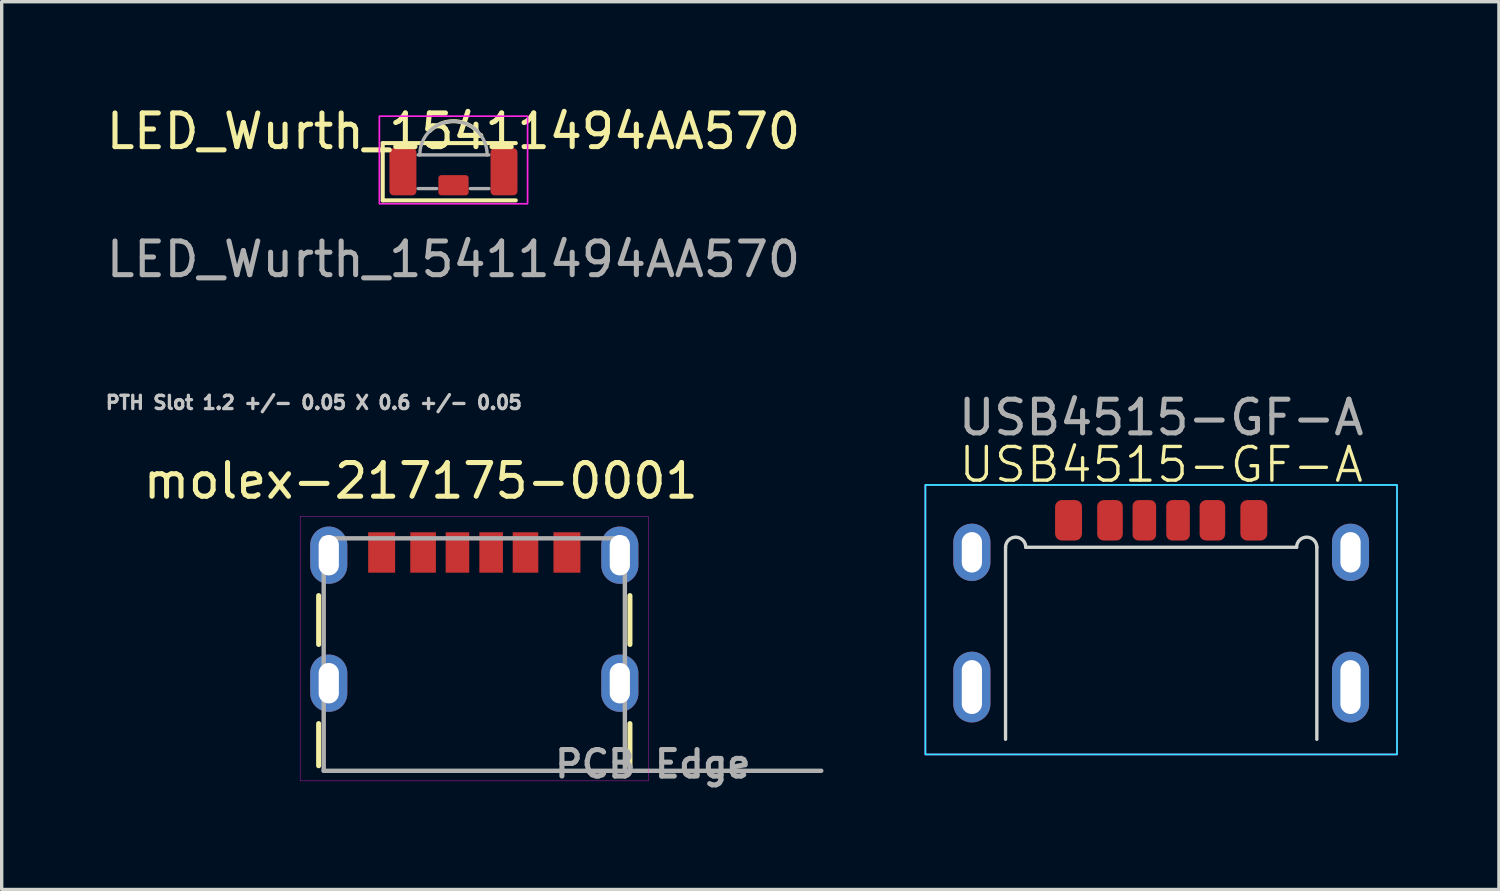
<source format=kicad_pcb>
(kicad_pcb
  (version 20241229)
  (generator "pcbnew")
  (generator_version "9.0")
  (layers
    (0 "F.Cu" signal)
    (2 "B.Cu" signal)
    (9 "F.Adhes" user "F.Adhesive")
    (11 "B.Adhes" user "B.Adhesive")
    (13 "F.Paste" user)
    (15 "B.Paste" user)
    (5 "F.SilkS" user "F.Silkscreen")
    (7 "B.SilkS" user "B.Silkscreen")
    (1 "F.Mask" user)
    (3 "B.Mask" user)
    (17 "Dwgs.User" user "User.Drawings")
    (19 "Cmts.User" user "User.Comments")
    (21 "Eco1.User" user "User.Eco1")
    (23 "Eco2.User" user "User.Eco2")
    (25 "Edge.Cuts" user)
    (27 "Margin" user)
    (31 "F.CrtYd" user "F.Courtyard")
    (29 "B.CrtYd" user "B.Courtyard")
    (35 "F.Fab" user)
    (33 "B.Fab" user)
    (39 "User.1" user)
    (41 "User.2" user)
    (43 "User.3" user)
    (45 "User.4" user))
  (footprint "molex-217175-0001"
    (layer "F.Cu")
    (at 11.029 19.83)
    (property "Reference" "molex-217175-0001" (at -1.587 -8.605 0) (layer "F.SilkS") (effects (font (size 1 1) (thickness 0.15))))
    (attr smd)
    (fp_poly (pts (xy -3.213 -7.144) (xy -2.287 -7.144) (xy -2.287 -5.816) (xy -3.213 -5.816)) (stroke (width 0.01) (type solid)) (fill yes) (layer "F.Mask"))
    (fp_poly (pts (xy -1.964 -7.144) (xy -1.077 -7.144) (xy -1.077 -5.816) (xy -1.964 -5.816)) (stroke (width 0.01) (type solid)) (fill yes) (layer "F.Mask"))
    (fp_poly (pts (xy -0.913 -7.144) (xy -0.086 -7.144) (xy -0.086 -5.816) (xy -0.913 -5.816)) (stroke (width 0.01) (type solid)) (fill yes) (layer "F.Mask"))
    (fp_poly (pts (xy 0.086 -7.144) (xy 0.913 -7.144) (xy 0.913 -5.816) (xy 0.086 -5.816)) (stroke (width 0.01) (type solid)) (fill yes) (layer "F.Mask"))
    (fp_poly (pts (xy 1.077 -7.144) (xy 1.964 -7.144) (xy 1.964 -5.816) (xy 1.077 -5.816)) (stroke (width 0.01) (type solid)) (fill yes) (layer "F.Mask"))
    (fp_poly (pts (xy 2.287 -7.144) (xy 3.213 -7.144) (xy 3.213 -5.816) (xy 2.287 -5.816)) (stroke (width 0.01) (type solid)) (fill yes) (layer "F.Mask"))
    (fp_line (start -4.62 -3.75) (end -4.62 -5.2) (stroke (width 0.15) (type solid)) (layer "F.SilkS"))
    (fp_line (start -4.62 -0.15) (end -4.62 -1.4) (stroke (width 0.15) (type solid)) (layer "F.SilkS"))
    (fp_line (start 4.62 -3.75) (end 4.62 -5.2) (stroke (width 0.15) (type solid)) (layer "F.SilkS"))
    (fp_line (start 4.62 -0.15) (end 4.62 -1.4) (stroke (width 0.15) (type solid)) (layer "F.SilkS"))
    (fp_line (start -5.17 -7.55) (end -5.17 0.3) (stroke (width 0.01) (type solid)) (layer "F.CrtYd"))
    (fp_line (start -5.17 0.3) (end 5.17 0.3) (stroke (width 0.01) (type solid)) (layer "F.CrtYd"))
    (fp_line (start 5.17 -7.55) (end -5.17 -7.55) (stroke (width 0.01) (type solid)) (layer "F.CrtYd"))
    (fp_line (start 5.17 0.3) (end 5.17 -7.55) (stroke (width 0.01) (type solid)) (layer "F.CrtYd"))
    (fp_line (start -4.47 -6.9) (end 4.47 -6.9) (stroke (width 0.13) (type solid)) (layer "F.Fab"))
    (fp_line (start -4.47 0) (end -4.47 -6.9) (stroke (width 0.13) (type solid)) (layer "F.Fab"))
    (fp_line (start 4.47 -6.9) (end 4.47 0) (stroke (width 0.13) (type solid)) (layer "F.Fab"))
    (fp_line (start 4.47 0) (end -4.47 0) (stroke (width 0.13) (type solid)) (layer "F.Fab"))
    (fp_line (start 4.47 0) (end 10.3 0) (stroke (width 0.13) (type solid)) (layer "F.Fab"))
    (fp_text user "PTH Slot 1.2 +/- 0.05 X 0.6 +/- 0.05" (at -4.763 -10.93 0) (layer "Dwgs.User") (effects (font (size 0.394 0.394) (thickness 0.15))))
    (fp_text user "PCB Edge" (at 5.3 -0.2 0) (layer "F.Fab") (effects (font (size 0.787 0.787) (thickness 0.15))))
    (pad "A5" smd rect (at -0.5 -6.48) (size 0.7 1.2) (layers "F.Cu" "F.Paste"))
    (pad "A9" smd rect (at 1.52 -6.48) (size 0.76 1.2) (layers "F.Cu" "F.Paste"))
    (pad "A12" smd rect (at 2.75 -6.48) (size 0.8 1.2) (layers "F.Cu" "F.Paste"))
    (pad "B5" smd rect (at 0.5 -6.48) (size 0.7 1.2) (layers "F.Cu" "F.Paste"))
    (pad "B9" smd rect (at -1.52 -6.48) (size 0.76 1.2) (layers "F.Cu" "F.Paste"))
    (pad "B12" smd rect (at -2.75 -6.48) (size 0.8 1.2) (layers "F.Cu" "F.Paste"))
    (pad "SH1" thru_hole oval (at -4.32 -2.6) (size 1.1 1.7) (drill oval 0.6 1.2) (layers "*.Cu" "*.Mask"))
    (pad "SH2" thru_hole oval (at 4.32 -2.6) (size 1.1 1.7) (drill oval 0.6 1.2) (layers "*.Cu" "*.Mask"))
    (pad "SH3" thru_hole oval (at -4.32 -6.4) (size 1.1 1.7) (drill oval 0.6 1.2) (layers "*.Cu" "*.Mask"))
    (pad "SH4" thru_hole oval (at 4.32 -6.4) (size 1.1 1.7) (drill oval 0.6 1.2) (layers "*.Cu" "*.Mask")))
  (footprint "USB4515-GF-A"
    (layer "F.Cu")
    (at 31.419 15.345)
    (property "Reference" "USB4515-GF-A" (at 0 -4.6 0) (unlocked yes) (layer "F.SilkS") (effects (font (size 1 1) (thickness 0.1))))
    (attr smd)
    (fp_line (start -4.62 3.55) (end -4.62 -2.15) (stroke (width 0.1) (type default)) (layer "Edge.Cuts"))
    (fp_line (start -4.02 -2.15) (end 4.02 -2.15) (stroke (width 0.1) (type default)) (layer "Edge.Cuts"))
    (fp_line (start 4.62 -2.15) (end 4.62 3.55) (stroke (width 0.1) (type default)) (layer "Edge.Cuts"))
    (fp_arc (start -4.62 -2.15) (mid -4.32 -2.45) (end -4.02 -2.15) (stroke (width 0.1) (type default)) (layer "Edge.Cuts"))
    (fp_arc (start 4.02 -2.15) (mid 4.32 -2.45) (end 4.62 -2.15) (stroke (width 0.1) (type default)) (layer "Edge.Cuts"))
    (fp_rect (start -7 -4) (end 7 4) (stroke (width 0.05) (type default)) (fill no) (layer "B.CrtYd"))
    (fp_rect (start -7 -4) (end 7 4) (stroke (width 0.05) (type default)) (fill no) (layer "F.CrtYd"))
    (fp_line (start 4 3.55) (end -4 3.55) (stroke (width 0.05) (type default)) (layer "User.1"))
    (fp_text user "${REFERENCE}" (at 0 -6 0) (unlocked yes) (layer "F.Fab") (effects (font (size 1 1) (thickness 0.15))))
    (fp_text user "Board Edge" (at 0 3 0) (unlocked yes) (layer "User.1") (effects (font (size 0.5 0.5) (thickness 0.125))))
    (pad "A5" smd roundrect (at -0.5 -2.95) (size 0.7 1.2) (layers "F.Cu" "F.Mask" "F.Paste") (roundrect_rratio 0.25))
    (pad "A9" smd roundrect (at 1.52 -2.95) (size 0.76 1.2) (layers "F.Cu" "F.Mask" "F.Paste") (roundrect_rratio 0.25))
    (pad "A12" smd roundrect (at 2.75 -2.95) (size 0.8 1.2) (layers "F.Cu" "F.Mask" "F.Paste") (roundrect_rratio 0.25))
    (pad "B5" smd roundrect (at 0.5 -2.95) (size 0.7 1.2) (layers "F.Cu" "F.Mask" "F.Paste") (roundrect_rratio 0.25))
    (pad "B9" smd roundrect (at -1.52 -2.95) (size 0.76 1.2) (layers "F.Cu" "F.Mask" "F.Paste") (roundrect_rratio 0.25))
    (pad "B12" smd roundrect (at -2.75 -2.95) (size 0.8 1.2) (layers "F.Cu" "F.Mask" "F.Paste") (roundrect_rratio 0.25))
    (pad "S1" thru_hole oval (at -5.62 -2) (size 1.1 1.7) (drill oval 0.6 1.2) (layers "*.Cu" "*.Mask"))
    (pad "S1" thru_hole oval (at -5.62 2) (size 1.1 2.1) (drill oval 0.6 1.6) (layers "*.Cu" "*.Mask"))
    (pad "S1" thru_hole oval (at 5.62 -2) (size 1.1 1.7) (drill oval 0.6 1.2) (layers "*.Cu" "*.Mask"))
    (pad "S1" thru_hole oval (at 5.62 2) (size 1.1 2.1) (drill oval 0.6 1.6) (layers "*.Cu" "*.Mask")))
  (footprint "LED_Wurth_15411494AA570"
    (layer "F.Cu")
    (at 10.411 2.148)
    (property "Reference" "LED_Wurth_15411494AA570" (at 0 -1.3 0) (unlocked yes) (layer "F.SilkS") (effects (font (size 1 1) (thickness 0.15))))
    (attr smd)
    (fp_line (start -2.1 -0.95) (end -2.1 0.75) (stroke (width 0.12) (type default)) (layer "F.SilkS"))
    (fp_line (start -2.1 0.75) (end 1.85 0.75) (stroke (width 0.12) (type default)) (layer "F.SilkS"))
    (fp_line (start 1.85 -0.95) (end -2.1 -0.95) (stroke (width 0.12) (type default)) (layer "F.SilkS"))
    (fp_arc (start -0.707107 -1.307107) (mid 0 -1.6) (end 0.707107 -1.307107) (stroke (width 0.12) (type default)) (layer "F.SilkS"))
    (fp_rect (start -2.2 -1.75) (end 2.2 0.85) (stroke (width 0.05) (type default)) (fill no) (layer "F.CrtYd"))
    (fp_line (start -1.05 -0.6) (end 1.05 -0.6) (stroke (width 0.1) (type default)) (layer "F.Fab"))
    (fp_line (start -1.05 0.4) (end -0.5 0.4) (stroke (width 0.1) (type default)) (layer "F.Fab"))
    (fp_line (start 0.5 0.4) (end 1.05 0.4) (stroke (width 0.1) (type default)) (layer "F.Fab"))
    (fp_arc (start -1 -0.6) (mid 0 -1.6) (end 1 -0.6) (stroke (width 0.1) (type default)) (layer "F.Fab"))
    (fp_text user "${REFERENCE}" (at 0 2.5 0) (unlocked yes) (layer "F.Fab") (effects (font (size 1 1) (thickness 0.15))))
    (pad "1" smd roundrect (at -1.5 -0.1 90) (size 1.4 0.8) (layers "F.Cu" "F.Mask" "F.Paste") (roundrect_rratio 0.15))
    (pad "2" smd roundrect (at 1.5 -0.1 90) (size 1.4 0.8) (layers "F.Cu" "F.Mask" "F.Paste") (roundrect_rratio 0.15))
    (pad "NC" smd roundrect (at 0 0.3) (size 0.9 0.6) (layers "F.Cu" "F.Mask" "F.Paste") (roundrect_rratio 0.15)))
  (gr_rect
    (start -3 -3)
    (end 41.444 23.353)
    (stroke (width 0.1) (type default))
    (fill no)
    (layer "Edge.Cuts")))
</source>
